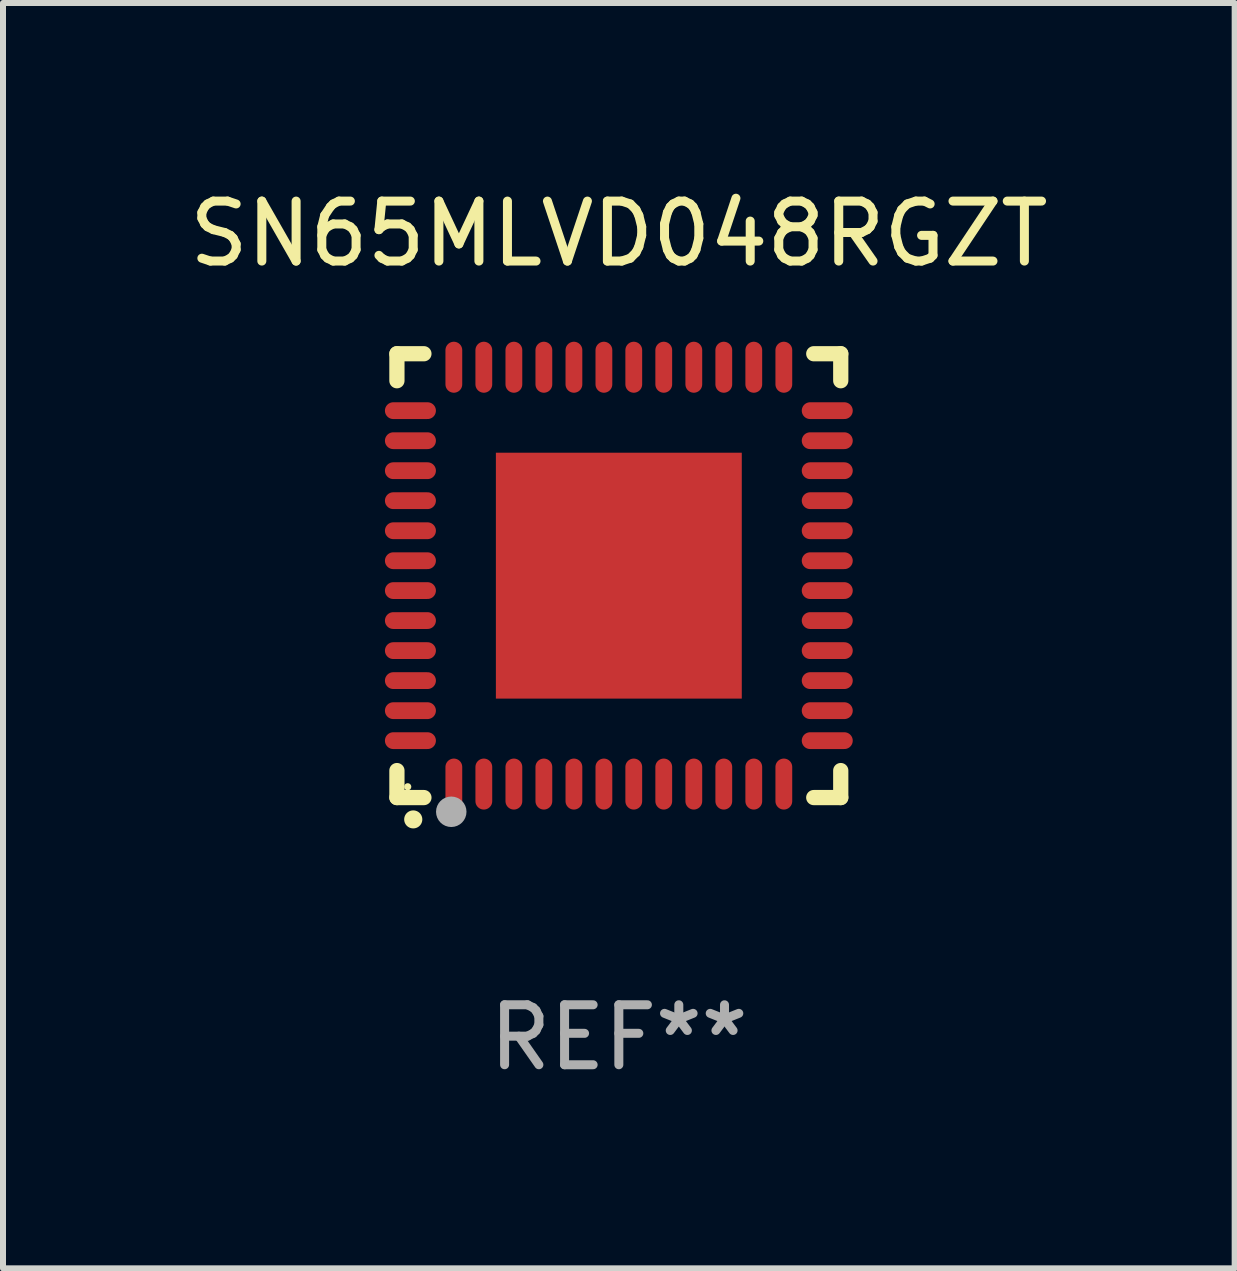
<source format=kicad_pcb>
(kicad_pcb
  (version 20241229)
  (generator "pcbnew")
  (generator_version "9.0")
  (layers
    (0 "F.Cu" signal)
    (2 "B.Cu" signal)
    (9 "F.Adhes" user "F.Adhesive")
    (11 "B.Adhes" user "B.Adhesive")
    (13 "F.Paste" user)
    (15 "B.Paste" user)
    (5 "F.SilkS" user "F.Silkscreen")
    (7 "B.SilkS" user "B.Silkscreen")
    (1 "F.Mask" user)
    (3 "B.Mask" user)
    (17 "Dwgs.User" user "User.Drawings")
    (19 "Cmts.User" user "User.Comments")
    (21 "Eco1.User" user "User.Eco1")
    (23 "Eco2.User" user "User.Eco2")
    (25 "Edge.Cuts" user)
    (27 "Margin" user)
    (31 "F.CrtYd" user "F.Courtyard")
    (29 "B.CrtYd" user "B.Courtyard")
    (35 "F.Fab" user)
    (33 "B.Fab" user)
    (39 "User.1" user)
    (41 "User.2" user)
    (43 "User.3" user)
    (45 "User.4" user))
  (footprint "SN65MLVD048RGZT"
    (layer "F.Cu")
    (at 7.268 6.548)
    (property "Reference" "SN65MLVD048RGZT" (at 0 -5.7 0) (layer "F.SilkS") (effects (font (size 1 1) (thickness 0.15))))
    (attr through_hole)
    (fp_line (start -3.7 -3.7) (end -3.25 -3.7) (stroke (width 0.254) (type solid)) (layer "F.SilkS"))
    (fp_line (start -3.7 -3.25) (end -3.7 -3.7) (stroke (width 0.254) (type solid)) (layer "F.SilkS"))
    (fp_line (start -3.7 3.7) (end -3.7 3.25) (stroke (width 0.254) (type solid)) (layer "F.SilkS"))
    (fp_line (start -3.25 3.7) (end -3.7 3.7) (stroke (width 0.254) (type solid)) (layer "F.SilkS"))
    (fp_line (start 3.25 3.7) (end 3.7 3.7) (stroke (width 0.254) (type solid)) (layer "F.SilkS"))
    (fp_line (start 3.7 -3.7) (end 3.25 -3.7) (stroke (width 0.254) (type solid)) (layer "F.SilkS"))
    (fp_line (start 3.7 -3.25) (end 3.7 -3.7) (stroke (width 0.254) (type solid)) (layer "F.SilkS"))
    (fp_line (start 3.7 3.7) (end 3.7 3.25) (stroke (width 0.254) (type solid)) (layer "F.SilkS"))
    (fp_arc (start -3.429108 4.06411) (mid -3.427838 4.064105) (end -3.426568 4.06411) (stroke (width 0.3) (type solid)) (layer "F.SilkS"))
    (fp_circle (center -3.52 3.52) (end -3.49 3.52) (stroke (width 0.06) (type solid)) (fill no) (layer "F.SilkS"))
    (fp_circle (center -2.794 3.937) (end -2.667 3.937) (stroke (width 0.254) (type solid)) (fill no) (layer "F.Fab"))
    (fp_text user "REF**" (at 0 7.7 0) (layer "F.Fab") (effects (font (size 1 1) (thickness 0.15))))
    (pad "1" smd oval (at -2.751 3.475) (size 0.28 0.85) (layers "F.Cu" "F.Mask" "F.Paste"))
    (pad "2" smd oval (at -2.251 3.475) (size 0.28 0.85) (layers "F.Cu" "F.Mask" "F.Paste"))
    (pad "3" smd oval (at -1.75 3.475) (size 0.28 0.85) (layers "F.Cu" "F.Mask" "F.Paste"))
    (pad "4" smd oval (at -1.25 3.475) (size 0.28 0.85) (layers "F.Cu" "F.Mask" "F.Paste"))
    (pad "5" smd oval (at -0.749 3.475) (size 0.28 0.85) (layers "F.Cu" "F.Mask" "F.Paste"))
    (pad "6" smd oval (at -0.249 3.475) (size 0.28 0.85) (layers "F.Cu" "F.Mask" "F.Paste"))
    (pad "7" smd oval (at 0.249 3.475) (size 0.28 0.85) (layers "F.Cu" "F.Mask" "F.Paste"))
    (pad "8" smd oval (at 0.749 3.475) (size 0.28 0.85) (layers "F.Cu" "F.Mask" "F.Paste"))
    (pad "9" smd oval (at 1.25 3.475) (size 0.28 0.85) (layers "F.Cu" "F.Mask" "F.Paste"))
    (pad "10" smd oval (at 1.75 3.475) (size 0.28 0.85) (layers "F.Cu" "F.Mask" "F.Paste"))
    (pad "11" smd oval (at 2.25 3.475) (size 0.28 0.85) (layers "F.Cu" "F.Mask" "F.Paste"))
    (pad "12" smd oval (at 2.751 3.475) (size 0.28 0.85) (layers "F.Cu" "F.Mask" "F.Paste"))
    (pad "13" smd oval (at 3.475 2.751) (size 0.85 0.28) (layers "F.Cu" "F.Mask" "F.Paste"))
    (pad "14" smd oval (at 3.475 2.251) (size 0.85 0.28) (layers "F.Cu" "F.Mask" "F.Paste"))
    (pad "15" smd oval (at 3.475 1.75) (size 0.85 0.28) (layers "F.Cu" "F.Mask" "F.Paste"))
    (pad "16" smd oval (at 3.475 1.25) (size 0.85 0.28) (layers "F.Cu" "F.Mask" "F.Paste"))
    (pad "17" smd oval (at 3.475 0.749) (size 0.85 0.28) (layers "F.Cu" "F.Mask" "F.Paste"))
    (pad "18" smd oval (at 3.475 0.249) (size 0.85 0.28) (layers "F.Cu" "F.Mask" "F.Paste"))
    (pad "19" smd oval (at 3.475 -0.249) (size 0.85 0.28) (layers "F.Cu" "F.Mask" "F.Paste"))
    (pad "20" smd oval (at 3.475 -0.749) (size 0.85 0.28) (layers "F.Cu" "F.Mask" "F.Paste"))
    (pad "21" smd oval (at 3.475 -1.25) (size 0.85 0.28) (layers "F.Cu" "F.Mask" "F.Paste"))
    (pad "22" smd oval (at 3.475 -1.75) (size 0.85 0.28) (layers "F.Cu" "F.Mask" "F.Paste"))
    (pad "23" smd oval (at 3.475 -2.25) (size 0.85 0.28) (layers "F.Cu" "F.Mask" "F.Paste"))
    (pad "24" smd oval (at 3.475 -2.751) (size 0.85 0.28) (layers "F.Cu" "F.Mask" "F.Paste"))
    (pad "25" smd oval (at 2.751 -3.475) (size 0.28 0.85) (layers "F.Cu" "F.Mask" "F.Paste"))
    (pad "26" smd oval (at 2.25 -3.475) (size 0.28 0.85) (layers "F.Cu" "F.Mask" "F.Paste"))
    (pad "27" smd oval (at 1.75 -3.475) (size 0.28 0.85) (layers "F.Cu" "F.Mask" "F.Paste"))
    (pad "28" smd oval (at 1.25 -3.475) (size 0.28 0.85) (layers "F.Cu" "F.Mask" "F.Paste"))
    (pad "29" smd oval (at 0.749 -3.475) (size 0.28 0.85) (layers "F.Cu" "F.Mask" "F.Paste"))
    (pad "30" smd oval (at 0.249 -3.475) (size 0.28 0.85) (layers "F.Cu" "F.Mask" "F.Paste"))
    (pad "31" smd oval (at -0.249 -3.475) (size 0.28 0.85) (layers "F.Cu" "F.Mask" "F.Paste"))
    (pad "32" smd oval (at -0.749 -3.475) (size 0.28 0.85) (layers "F.Cu" "F.Mask" "F.Paste"))
    (pad "33" smd oval (at -1.25 -3.475) (size 0.28 0.85) (layers "F.Cu" "F.Mask" "F.Paste"))
    (pad "34" smd oval (at -1.75 -3.475) (size 0.28 0.85) (layers "F.Cu" "F.Mask" "F.Paste"))
    (pad "35" smd oval (at -2.251 -3.475) (size 0.28 0.85) (layers "F.Cu" "F.Mask" "F.Paste"))
    (pad "36" smd oval (at -2.751 -3.475) (size 0.28 0.85) (layers "F.Cu" "F.Mask" "F.Paste"))
    (pad "37" smd oval (at -3.475 -2.751) (size 0.85 0.28) (layers "F.Cu" "F.Mask" "F.Paste"))
    (pad "38" smd oval (at -3.475 -2.25) (size 0.85 0.28) (layers "F.Cu" "F.Mask" "F.Paste"))
    (pad "39" smd oval (at -3.475 -1.75) (size 0.85 0.28) (layers "F.Cu" "F.Mask" "F.Paste"))
    (pad "40" smd oval (at -3.475 -1.25) (size 0.85 0.28) (layers "F.Cu" "F.Mask" "F.Paste"))
    (pad "41" smd oval (at -3.475 -0.749) (size 0.85 0.28) (layers "F.Cu" "F.Mask" "F.Paste"))
    (pad "42" smd oval (at -3.475 -0.249) (size 0.85 0.28) (layers "F.Cu" "F.Mask" "F.Paste"))
    (pad "43" smd oval (at -3.475 0.249) (size 0.85 0.28) (layers "F.Cu" "F.Mask" "F.Paste"))
    (pad "44" smd oval (at -3.475 0.749) (size 0.85 0.28) (layers "F.Cu" "F.Mask" "F.Paste"))
    (pad "45" smd oval (at -3.475 1.25) (size 0.85 0.28) (layers "F.Cu" "F.Mask" "F.Paste"))
    (pad "46" smd oval (at -3.475 1.75) (size 0.85 0.28) (layers "F.Cu" "F.Mask" "F.Paste"))
    (pad "47" smd oval (at -3.475 2.251) (size 0.85 0.28) (layers "F.Cu" "F.Mask" "F.Paste"))
    (pad "48" smd oval (at -3.475 2.751) (size 0.85 0.28) (layers "F.Cu" "F.Mask" "F.Paste"))
    (pad "49" smd rect (at -0.000102 0.000102) (size 4.1 4.1) (layers "F.Cu" "F.Mask" "F.Paste")))
  (gr_rect
    (start -3 -3)
    (end 17.536 18.097)
    (stroke (width 0.1) (type default))
    (fill no)
    (layer "Edge.Cuts")))
</source>
